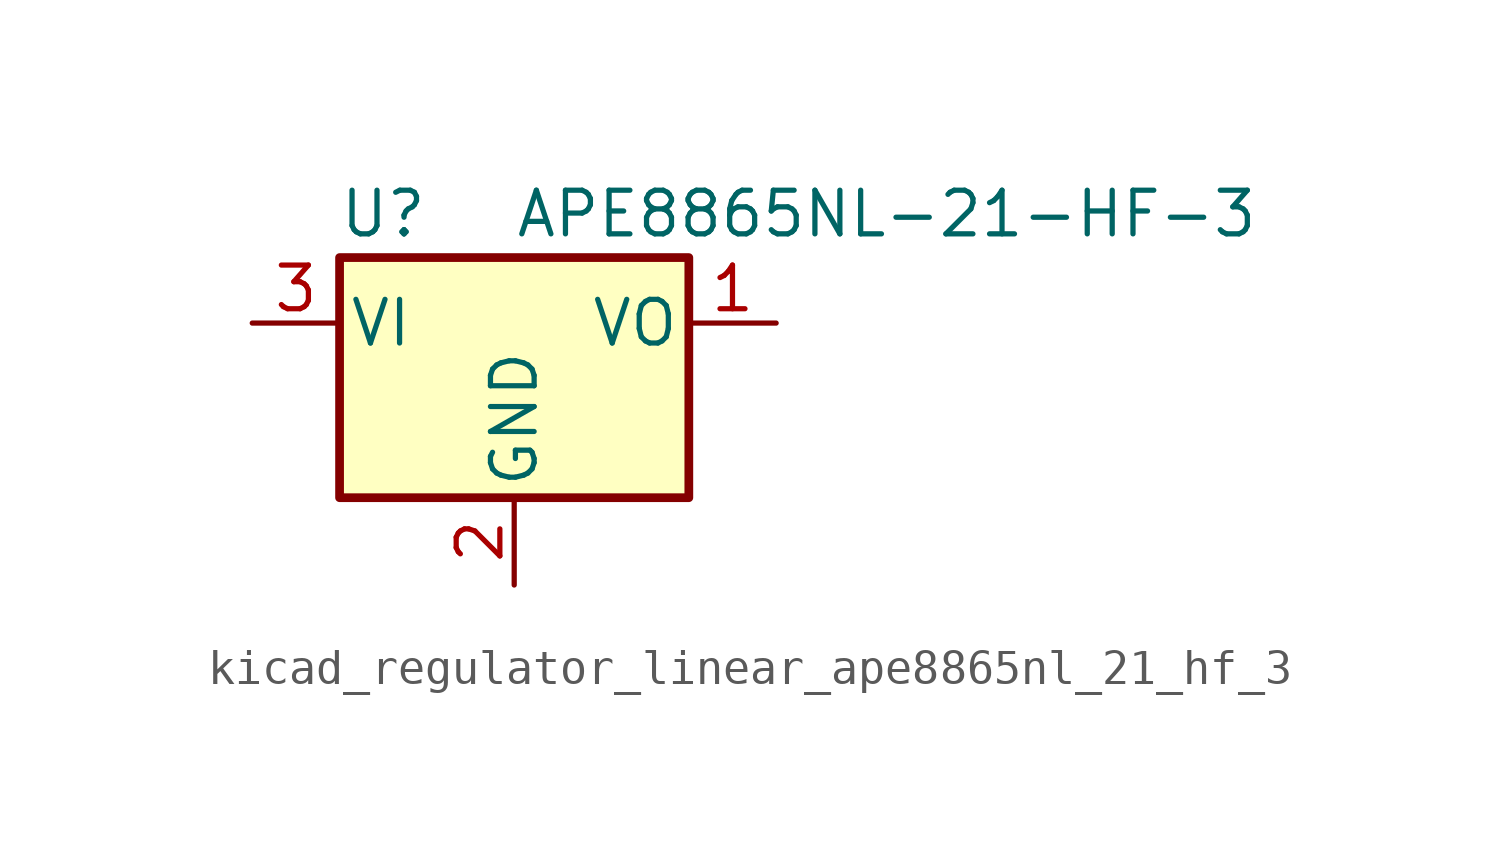
<source format=kicad_sym>
(kicad_symbol_lib
  (version 20220914)
  (generator kicad_symbol_editor)
  (symbol "kicad_regulator_linear_ape8865nl_21_hf_3"
    (pin_names
      (offset 0.254))
    (property "Reference" "U"
      (at -3.81 3.175 0)
      (effects (font (size 1.27 1.27))))
    (property "Value" "APE8865NL-21-HF-3"
      (at 0 3.175 0)
      (effects (font (size 1.27 1.27)) (justify left)))
    (symbol "kicad_regulator_linear_ape8865nl_21_hf_3_0_1"
      (rectangle (start -5.08 1.905) (end 5.08 -5.08) (stroke (width 0.254) (type default)) (fill (type background))))
    (symbol "kicad_regulator_linear_ape8865nl_21_hf_3_1_1"
      (pin power_out line (at 7.62 0 180) (length 2.54) (name "VO" (effects (font (size 1.27 1.27)))) (number "1" (effects (font (size 1.27 1.27)))))
      (pin power_in line (at 0 -7.62 90) (length 2.54) (name "GND" (effects (font (size 1.27 1.27)))) (number "2" (effects (font (size 1.27 1.27)))))
      (pin power_in line (at -7.62 0 0) (length 2.54) (name "VI" (effects (font (size 1.27 1.27)))) (number "3" (effects (font (size 1.27 1.27))))))))
</source>
